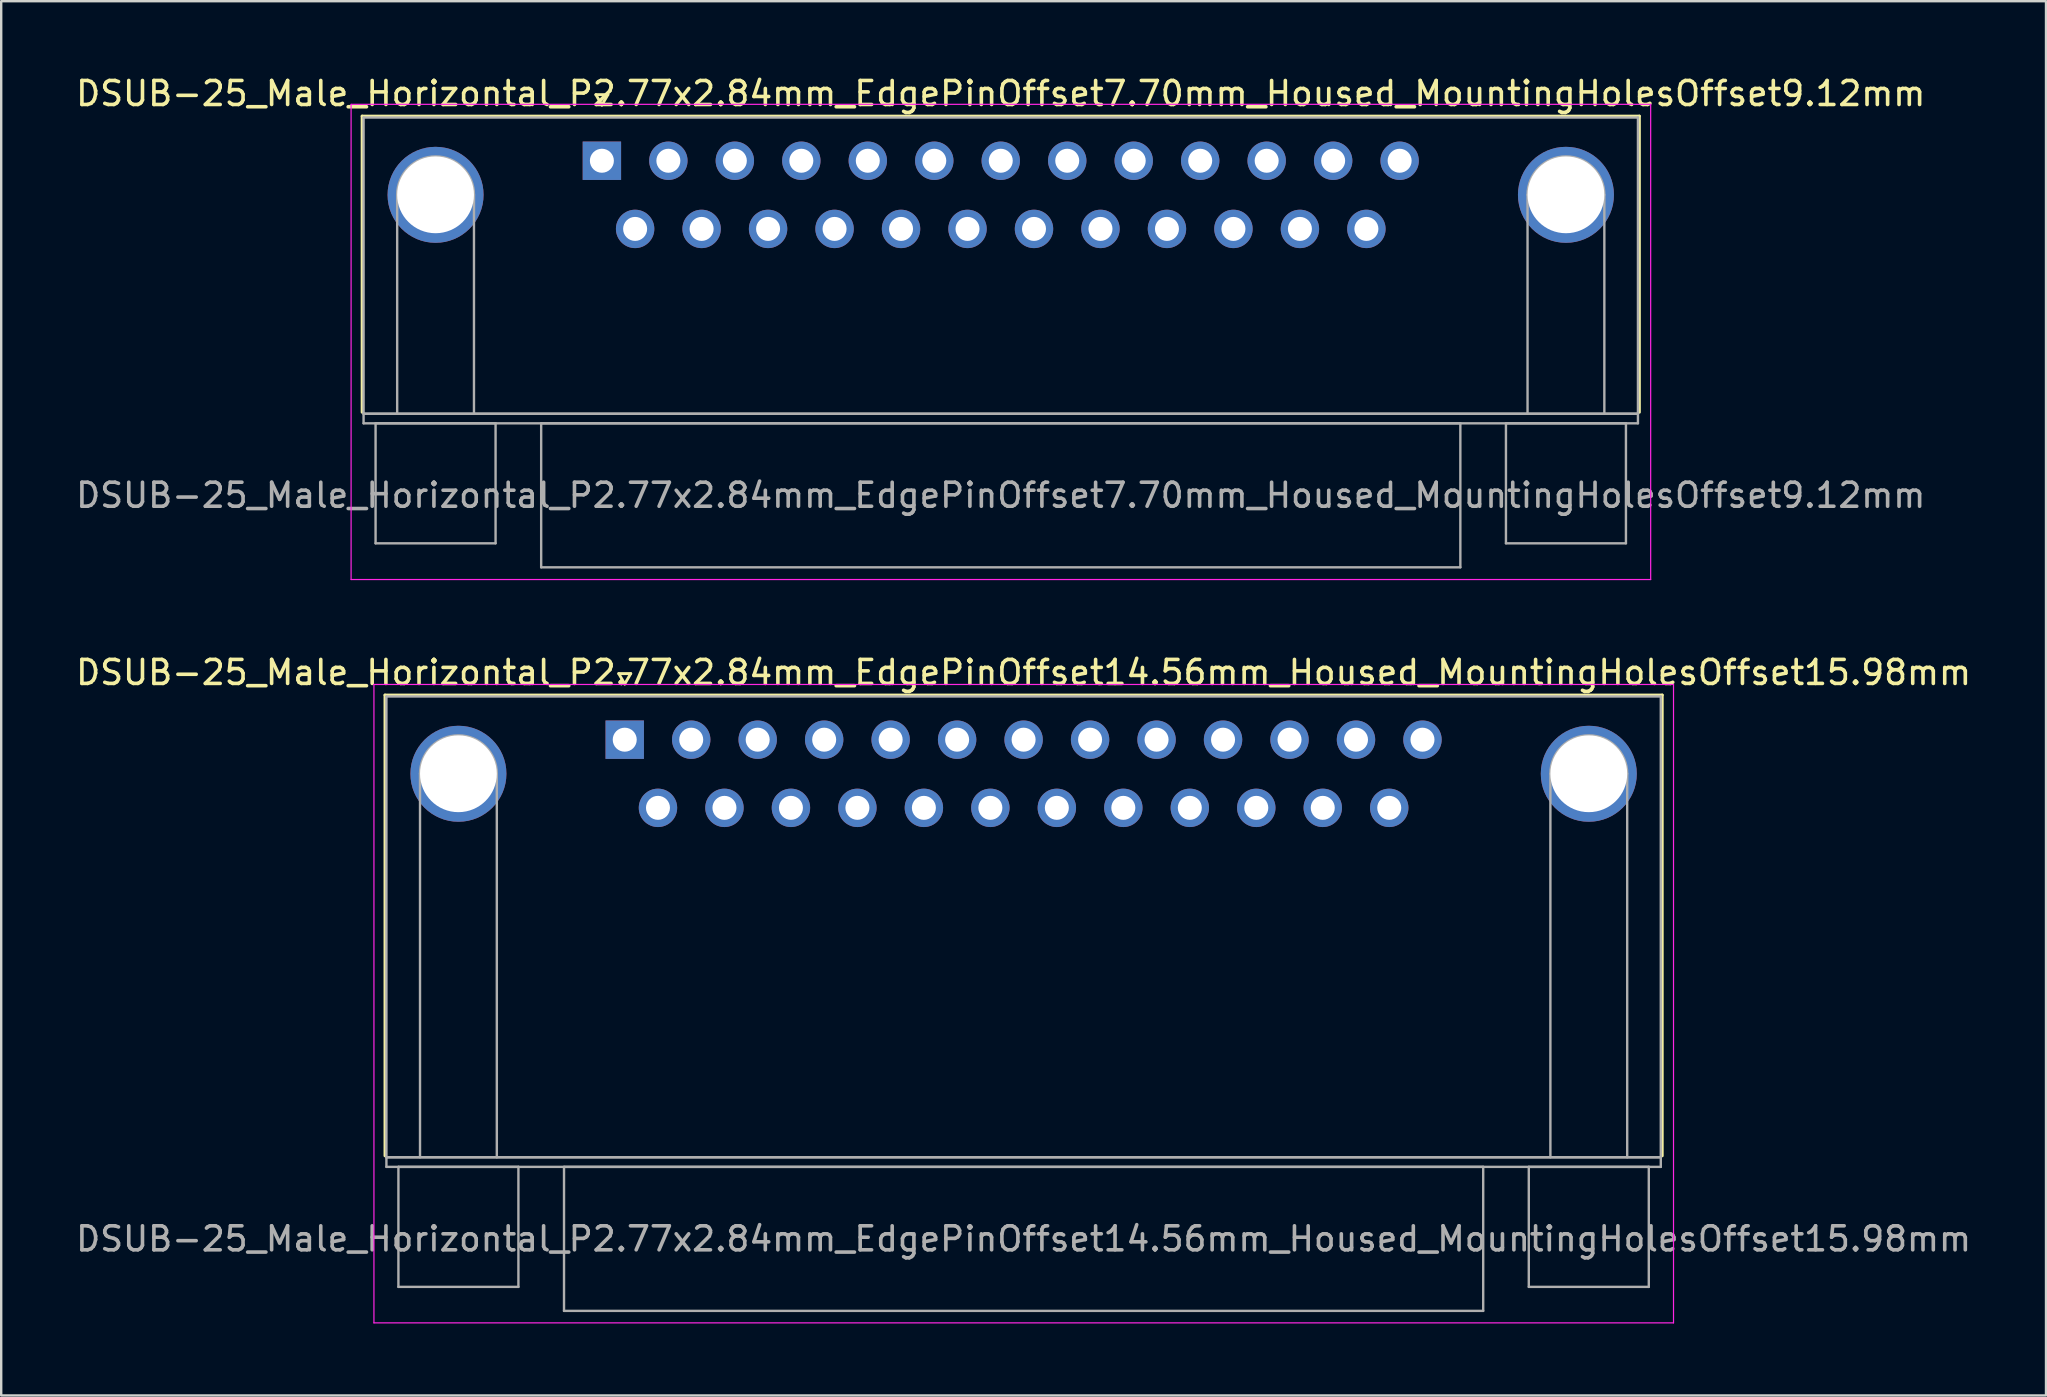
<source format=kicad_pcb>
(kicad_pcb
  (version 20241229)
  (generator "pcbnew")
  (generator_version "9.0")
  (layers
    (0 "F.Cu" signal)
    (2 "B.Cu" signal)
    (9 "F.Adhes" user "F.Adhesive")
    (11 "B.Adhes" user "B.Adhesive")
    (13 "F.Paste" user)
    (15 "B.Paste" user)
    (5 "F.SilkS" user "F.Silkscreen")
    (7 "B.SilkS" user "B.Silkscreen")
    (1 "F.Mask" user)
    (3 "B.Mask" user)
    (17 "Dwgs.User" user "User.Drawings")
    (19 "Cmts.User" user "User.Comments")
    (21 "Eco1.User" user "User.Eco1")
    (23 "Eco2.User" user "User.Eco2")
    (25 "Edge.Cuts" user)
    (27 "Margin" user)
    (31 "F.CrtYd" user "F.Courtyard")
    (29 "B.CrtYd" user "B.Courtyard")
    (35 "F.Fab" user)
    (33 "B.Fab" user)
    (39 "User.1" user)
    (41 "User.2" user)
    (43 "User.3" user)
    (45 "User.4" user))
  (footprint "DSUB-25_Male_Horizontal_P2.77x2.84mm_EdgePinOffset14.56mm_Housed_MountingHolesOffset15.98mm"
    (layer "F.Cu")
    (at 22.981 27.771)
    (property "Reference" "DSUB-25_Male_Horizontal_P2.77x2.84mm_EdgePinOffset14.56mm_Housed_MountingHolesOffset15.98mm" (at 16.62 -2.8 0) (layer "F.SilkS") (effects (font (size 1 1) (thickness 0.15))))
    (attr through_hole)
    (fp_line (start -9.99 -1.86) (end 43.23 -1.86) (stroke (width 0.12) (type solid)) (layer "F.SilkS"))
    (fp_line (start -9.99 17.34) (end -9.99 -1.86) (stroke (width 0.12) (type solid)) (layer "F.SilkS"))
    (fp_line (start -0.25 -2.754) (end 0.25 -2.754) (stroke (width 0.12) (type solid)) (layer "F.SilkS"))
    (fp_line (start 0 -2.321) (end -0.25 -2.754) (stroke (width 0.12) (type solid)) (layer "F.SilkS"))
    (fp_line (start 0.25 -2.754) (end 0 -2.321) (stroke (width 0.12) (type solid)) (layer "F.SilkS"))
    (fp_line (start 43.23 -1.86) (end 43.23 17.34) (stroke (width 0.12) (type solid)) (layer "F.SilkS"))
    (fp_line (start -10.45 -2.3) (end -10.45 24.3) (stroke (width 0.05) (type solid)) (layer "F.CrtYd"))
    (fp_line (start -10.45 24.3) (end 43.7 24.3) (stroke (width 0.05) (type solid)) (layer "F.CrtYd"))
    (fp_line (start 43.7 -2.3) (end -10.45 -2.3) (stroke (width 0.05) (type solid)) (layer "F.CrtYd"))
    (fp_line (start 43.7 24.3) (end 43.7 -2.3) (stroke (width 0.05) (type solid)) (layer "F.CrtYd"))
    (fp_line (start -9.93 -1.8) (end -9.93 17.4) (stroke (width 0.1) (type solid)) (layer "F.Fab"))
    (fp_line (start -9.93 17.4) (end -9.93 17.8) (stroke (width 0.1) (type solid)) (layer "F.Fab"))
    (fp_line (start -9.93 17.4) (end 43.17 17.4) (stroke (width 0.1) (type solid)) (layer "F.Fab"))
    (fp_line (start -9.93 17.8) (end 43.17 17.8) (stroke (width 0.1) (type solid)) (layer "F.Fab"))
    (fp_line (start -9.43 17.8) (end -9.43 22.8) (stroke (width 0.1) (type solid)) (layer "F.Fab"))
    (fp_line (start -9.43 22.8) (end -4.43 22.8) (stroke (width 0.1) (type solid)) (layer "F.Fab"))
    (fp_line (start -8.53 17.4) (end -8.53 1.42) (stroke (width 0.1) (type solid)) (layer "F.Fab"))
    (fp_line (start -5.33 17.4) (end -5.33 1.42) (stroke (width 0.1) (type solid)) (layer "F.Fab"))
    (fp_line (start -4.43 17.8) (end -9.43 17.8) (stroke (width 0.1) (type solid)) (layer "F.Fab"))
    (fp_line (start -4.43 22.8) (end -4.43 17.8) (stroke (width 0.1) (type solid)) (layer "F.Fab"))
    (fp_line (start -2.53 17.8) (end -2.53 23.8) (stroke (width 0.1) (type solid)) (layer "F.Fab"))
    (fp_line (start -2.53 23.8) (end 35.77 23.8) (stroke (width 0.1) (type solid)) (layer "F.Fab"))
    (fp_line (start 35.77 17.8) (end -2.53 17.8) (stroke (width 0.1) (type solid)) (layer "F.Fab"))
    (fp_line (start 35.77 23.8) (end 35.77 17.8) (stroke (width 0.1) (type solid)) (layer "F.Fab"))
    (fp_line (start 37.67 17.8) (end 37.67 22.8) (stroke (width 0.1) (type solid)) (layer "F.Fab"))
    (fp_line (start 37.67 22.8) (end 42.67 22.8) (stroke (width 0.1) (type solid)) (layer "F.Fab"))
    (fp_line (start 38.57 17.4) (end 38.57 1.42) (stroke (width 0.1) (type solid)) (layer "F.Fab"))
    (fp_line (start 41.77 17.4) (end 41.77 1.42) (stroke (width 0.1) (type solid)) (layer "F.Fab"))
    (fp_line (start 42.67 17.8) (end 37.67 17.8) (stroke (width 0.1) (type solid)) (layer "F.Fab"))
    (fp_line (start 42.67 22.8) (end 42.67 17.8) (stroke (width 0.1) (type solid)) (layer "F.Fab"))
    (fp_line (start 43.17 -1.8) (end -9.93 -1.8) (stroke (width 0.1) (type solid)) (layer "F.Fab"))
    (fp_line (start 43.17 17.4) (end -9.93 17.4) (stroke (width 0.1) (type solid)) (layer "F.Fab"))
    (fp_line (start 43.17 17.4) (end 43.17 -1.8) (stroke (width 0.1) (type solid)) (layer "F.Fab"))
    (fp_line (start 43.17 17.8) (end 43.17 17.4) (stroke (width 0.1) (type solid)) (layer "F.Fab"))
    (fp_arc (start -8.53 1.42) (mid -6.93 -0.18) (end -5.33 1.42) (stroke (width 0.1) (type solid)) (layer "F.Fab"))
    (fp_arc (start 38.57 1.42) (mid 40.17 -0.18) (end 41.77 1.42) (stroke (width 0.1) (type solid)) (layer "F.Fab"))
    (fp_text user "${REFERENCE}" (at 16.62 20.8 0) (layer "F.Fab") (effects (font (size 1 1) (thickness 0.15))))
    (pad "0" thru_hole circle (at -6.93 1.42) (size 4 4) (drill 3.2) (layers "*.Cu" "*.Mask"))
    (pad "0" thru_hole circle (at 40.17 1.42) (size 4 4) (drill 3.2) (layers "*.Cu" "*.Mask"))
    (pad "1" thru_hole rect (at 0 0) (size 1.6 1.6) (drill 1) (layers "*.Cu" "*.Mask"))
    (pad "2" thru_hole circle (at 2.77 0) (size 1.6 1.6) (drill 1) (layers "*.Cu" "*.Mask"))
    (pad "3" thru_hole circle (at 5.54 0) (size 1.6 1.6) (drill 1) (layers "*.Cu" "*.Mask"))
    (pad "4" thru_hole circle (at 8.31 0) (size 1.6 1.6) (drill 1) (layers "*.Cu" "*.Mask"))
    (pad "5" thru_hole circle (at 11.08 0) (size 1.6 1.6) (drill 1) (layers "*.Cu" "*.Mask"))
    (pad "6" thru_hole circle (at 13.85 0) (size 1.6 1.6) (drill 1) (layers "*.Cu" "*.Mask"))
    (pad "7" thru_hole circle (at 16.62 0) (size 1.6 1.6) (drill 1) (layers "*.Cu" "*.Mask"))
    (pad "8" thru_hole circle (at 19.39 0) (size 1.6 1.6) (drill 1) (layers "*.Cu" "*.Mask"))
    (pad "9" thru_hole circle (at 22.16 0) (size 1.6 1.6) (drill 1) (layers "*.Cu" "*.Mask"))
    (pad "10" thru_hole circle (at 24.93 0) (size 1.6 1.6) (drill 1) (layers "*.Cu" "*.Mask"))
    (pad "11" thru_hole circle (at 27.7 0) (size 1.6 1.6) (drill 1) (layers "*.Cu" "*.Mask"))
    (pad "12" thru_hole circle (at 30.47 0) (size 1.6 1.6) (drill 1) (layers "*.Cu" "*.Mask"))
    (pad "13" thru_hole circle (at 33.24 0) (size 1.6 1.6) (drill 1) (layers "*.Cu" "*.Mask"))
    (pad "14" thru_hole circle (at 1.385 2.84) (size 1.6 1.6) (drill 1) (layers "*.Cu" "*.Mask"))
    (pad "15" thru_hole circle (at 4.155 2.84) (size 1.6 1.6) (drill 1) (layers "*.Cu" "*.Mask"))
    (pad "16" thru_hole circle (at 6.925 2.84) (size 1.6 1.6) (drill 1) (layers "*.Cu" "*.Mask"))
    (pad "17" thru_hole circle (at 9.695 2.84) (size 1.6 1.6) (drill 1) (layers "*.Cu" "*.Mask"))
    (pad "18" thru_hole circle (at 12.465 2.84) (size 1.6 1.6) (drill 1) (layers "*.Cu" "*.Mask"))
    (pad "19" thru_hole circle (at 15.235 2.84) (size 1.6 1.6) (drill 1) (layers "*.Cu" "*.Mask"))
    (pad "20" thru_hole circle (at 18.005 2.84) (size 1.6 1.6) (drill 1) (layers "*.Cu" "*.Mask"))
    (pad "21" thru_hole circle (at 20.775 2.84) (size 1.6 1.6) (drill 1) (layers "*.Cu" "*.Mask"))
    (pad "22" thru_hole circle (at 23.545 2.84) (size 1.6 1.6) (drill 1) (layers "*.Cu" "*.Mask"))
    (pad "23" thru_hole circle (at 26.315 2.84) (size 1.6 1.6) (drill 1) (layers "*.Cu" "*.Mask"))
    (pad "24" thru_hole circle (at 29.085 2.84) (size 1.6 1.6) (drill 1) (layers "*.Cu" "*.Mask"))
    (pad "25" thru_hole circle (at 31.855 2.84) (size 1.6 1.6) (drill 1) (layers "*.Cu" "*.Mask")))
  (footprint "DSUB-25_Male_Horizontal_P2.77x2.84mm_EdgePinOffset7.70mm_Housed_MountingHolesOffset9.12mm"
    (layer "F.Cu")
    (at 22.029 3.648)
    (property "Reference" "DSUB-25_Male_Horizontal_P2.77x2.84mm_EdgePinOffset7.70mm_Housed_MountingHolesOffset9.12mm" (at 16.62 -2.8 0) (layer "F.SilkS") (effects (font (size 1 1) (thickness 0.15))))
    (attr through_hole)
    (fp_line (start -9.99 -1.86) (end 43.23 -1.86) (stroke (width 0.12) (type solid)) (layer "F.SilkS"))
    (fp_line (start -9.99 10.48) (end -9.99 -1.86) (stroke (width 0.12) (type solid)) (layer "F.SilkS"))
    (fp_line (start -0.25 -2.754) (end 0.25 -2.754) (stroke (width 0.12) (type solid)) (layer "F.SilkS"))
    (fp_line (start 0 -2.321) (end -0.25 -2.754) (stroke (width 0.12) (type solid)) (layer "F.SilkS"))
    (fp_line (start 0.25 -2.754) (end 0 -2.321) (stroke (width 0.12) (type solid)) (layer "F.SilkS"))
    (fp_line (start 43.23 -1.86) (end 43.23 10.48) (stroke (width 0.12) (type solid)) (layer "F.SilkS"))
    (fp_line (start -10.45 -2.35) (end -10.45 17.45) (stroke (width 0.05) (type solid)) (layer "F.CrtYd"))
    (fp_line (start -10.45 17.45) (end 43.7 17.45) (stroke (width 0.05) (type solid)) (layer "F.CrtYd"))
    (fp_line (start 43.7 -2.35) (end -10.45 -2.35) (stroke (width 0.05) (type solid)) (layer "F.CrtYd"))
    (fp_line (start 43.7 17.45) (end 43.7 -2.35) (stroke (width 0.05) (type solid)) (layer "F.CrtYd"))
    (fp_line (start -9.93 -1.8) (end -9.93 10.54) (stroke (width 0.1) (type solid)) (layer "F.Fab"))
    (fp_line (start -9.93 10.54) (end -9.93 10.94) (stroke (width 0.1) (type solid)) (layer "F.Fab"))
    (fp_line (start -9.93 10.54) (end 43.17 10.54) (stroke (width 0.1) (type solid)) (layer "F.Fab"))
    (fp_line (start -9.93 10.94) (end 43.17 10.94) (stroke (width 0.1) (type solid)) (layer "F.Fab"))
    (fp_line (start -9.43 10.94) (end -9.43 15.94) (stroke (width 0.1) (type solid)) (layer "F.Fab"))
    (fp_line (start -9.43 15.94) (end -4.43 15.94) (stroke (width 0.1) (type solid)) (layer "F.Fab"))
    (fp_line (start -8.53 10.54) (end -8.53 1.42) (stroke (width 0.1) (type solid)) (layer "F.Fab"))
    (fp_line (start -5.33 10.54) (end -5.33 1.42) (stroke (width 0.1) (type solid)) (layer "F.Fab"))
    (fp_line (start -4.43 10.94) (end -9.43 10.94) (stroke (width 0.1) (type solid)) (layer "F.Fab"))
    (fp_line (start -4.43 15.94) (end -4.43 10.94) (stroke (width 0.1) (type solid)) (layer "F.Fab"))
    (fp_line (start -2.53 10.94) (end -2.53 16.94) (stroke (width 0.1) (type solid)) (layer "F.Fab"))
    (fp_line (start -2.53 16.94) (end 35.77 16.94) (stroke (width 0.1) (type solid)) (layer "F.Fab"))
    (fp_line (start 35.77 10.94) (end -2.53 10.94) (stroke (width 0.1) (type solid)) (layer "F.Fab"))
    (fp_line (start 35.77 16.94) (end 35.77 10.94) (stroke (width 0.1) (type solid)) (layer "F.Fab"))
    (fp_line (start 37.67 10.94) (end 37.67 15.94) (stroke (width 0.1) (type solid)) (layer "F.Fab"))
    (fp_line (start 37.67 15.94) (end 42.67 15.94) (stroke (width 0.1) (type solid)) (layer "F.Fab"))
    (fp_line (start 38.57 10.54) (end 38.57 1.42) (stroke (width 0.1) (type solid)) (layer "F.Fab"))
    (fp_line (start 41.77 10.54) (end 41.77 1.42) (stroke (width 0.1) (type solid)) (layer "F.Fab"))
    (fp_line (start 42.67 10.94) (end 37.67 10.94) (stroke (width 0.1) (type solid)) (layer "F.Fab"))
    (fp_line (start 42.67 15.94) (end 42.67 10.94) (stroke (width 0.1) (type solid)) (layer "F.Fab"))
    (fp_line (start 43.17 -1.8) (end -9.93 -1.8) (stroke (width 0.1) (type solid)) (layer "F.Fab"))
    (fp_line (start 43.17 10.54) (end -9.93 10.54) (stroke (width 0.1) (type solid)) (layer "F.Fab"))
    (fp_line (start 43.17 10.54) (end 43.17 -1.8) (stroke (width 0.1) (type solid)) (layer "F.Fab"))
    (fp_line (start 43.17 10.94) (end 43.17 10.54) (stroke (width 0.1) (type solid)) (layer "F.Fab"))
    (fp_arc (start -8.53 1.42) (mid -6.93 -0.18) (end -5.33 1.42) (stroke (width 0.1) (type solid)) (layer "F.Fab"))
    (fp_arc (start 38.57 1.42) (mid 40.17 -0.18) (end 41.77 1.42) (stroke (width 0.1) (type solid)) (layer "F.Fab"))
    (fp_text user "${REFERENCE}" (at 16.62 13.94 0) (layer "F.Fab") (effects (font (size 1 1) (thickness 0.15))))
    (pad "0" thru_hole circle (at -6.93 1.42) (size 4 4) (drill 3.2) (layers "*.Cu" "*.Mask"))
    (pad "0" thru_hole circle (at 40.17 1.42) (size 4 4) (drill 3.2) (layers "*.Cu" "*.Mask"))
    (pad "1" thru_hole rect (at 0 0) (size 1.6 1.6) (drill 1) (layers "*.Cu" "*.Mask"))
    (pad "2" thru_hole circle (at 2.77 0) (size 1.6 1.6) (drill 1) (layers "*.Cu" "*.Mask"))
    (pad "3" thru_hole circle (at 5.54 0) (size 1.6 1.6) (drill 1) (layers "*.Cu" "*.Mask"))
    (pad "4" thru_hole circle (at 8.31 0) (size 1.6 1.6) (drill 1) (layers "*.Cu" "*.Mask"))
    (pad "5" thru_hole circle (at 11.08 0) (size 1.6 1.6) (drill 1) (layers "*.Cu" "*.Mask"))
    (pad "6" thru_hole circle (at 13.85 0) (size 1.6 1.6) (drill 1) (layers "*.Cu" "*.Mask"))
    (pad "7" thru_hole circle (at 16.62 0) (size 1.6 1.6) (drill 1) (layers "*.Cu" "*.Mask"))
    (pad "8" thru_hole circle (at 19.39 0) (size 1.6 1.6) (drill 1) (layers "*.Cu" "*.Mask"))
    (pad "9" thru_hole circle (at 22.16 0) (size 1.6 1.6) (drill 1) (layers "*.Cu" "*.Mask"))
    (pad "10" thru_hole circle (at 24.93 0) (size 1.6 1.6) (drill 1) (layers "*.Cu" "*.Mask"))
    (pad "11" thru_hole circle (at 27.7 0) (size 1.6 1.6) (drill 1) (layers "*.Cu" "*.Mask"))
    (pad "12" thru_hole circle (at 30.47 0) (size 1.6 1.6) (drill 1) (layers "*.Cu" "*.Mask"))
    (pad "13" thru_hole circle (at 33.24 0) (size 1.6 1.6) (drill 1) (layers "*.Cu" "*.Mask"))
    (pad "14" thru_hole circle (at 1.385 2.84) (size 1.6 1.6) (drill 1) (layers "*.Cu" "*.Mask"))
    (pad "15" thru_hole circle (at 4.155 2.84) (size 1.6 1.6) (drill 1) (layers "*.Cu" "*.Mask"))
    (pad "16" thru_hole circle (at 6.925 2.84) (size 1.6 1.6) (drill 1) (layers "*.Cu" "*.Mask"))
    (pad "17" thru_hole circle (at 9.695 2.84) (size 1.6 1.6) (drill 1) (layers "*.Cu" "*.Mask"))
    (pad "18" thru_hole circle (at 12.465 2.84) (size 1.6 1.6) (drill 1) (layers "*.Cu" "*.Mask"))
    (pad "19" thru_hole circle (at 15.235 2.84) (size 1.6 1.6) (drill 1) (layers "*.Cu" "*.Mask"))
    (pad "20" thru_hole circle (at 18.005 2.84) (size 1.6 1.6) (drill 1) (layers "*.Cu" "*.Mask"))
    (pad "21" thru_hole circle (at 20.775 2.84) (size 1.6 1.6) (drill 1) (layers "*.Cu" "*.Mask"))
    (pad "22" thru_hole circle (at 23.545 2.84) (size 1.6 1.6) (drill 1) (layers "*.Cu" "*.Mask"))
    (pad "23" thru_hole circle (at 26.315 2.84) (size 1.6 1.6) (drill 1) (layers "*.Cu" "*.Mask"))
    (pad "24" thru_hole circle (at 29.085 2.84) (size 1.6 1.6) (drill 1) (layers "*.Cu" "*.Mask"))
    (pad "25" thru_hole circle (at 31.855 2.84) (size 1.6 1.6) (drill 1) (layers "*.Cu" "*.Mask")))
  (gr_rect
    (start -3 -3)
    (end 82.202 55.096)
    (stroke (width 0.1) (type default))
    (fill no)
    (layer "Edge.Cuts")))
</source>
